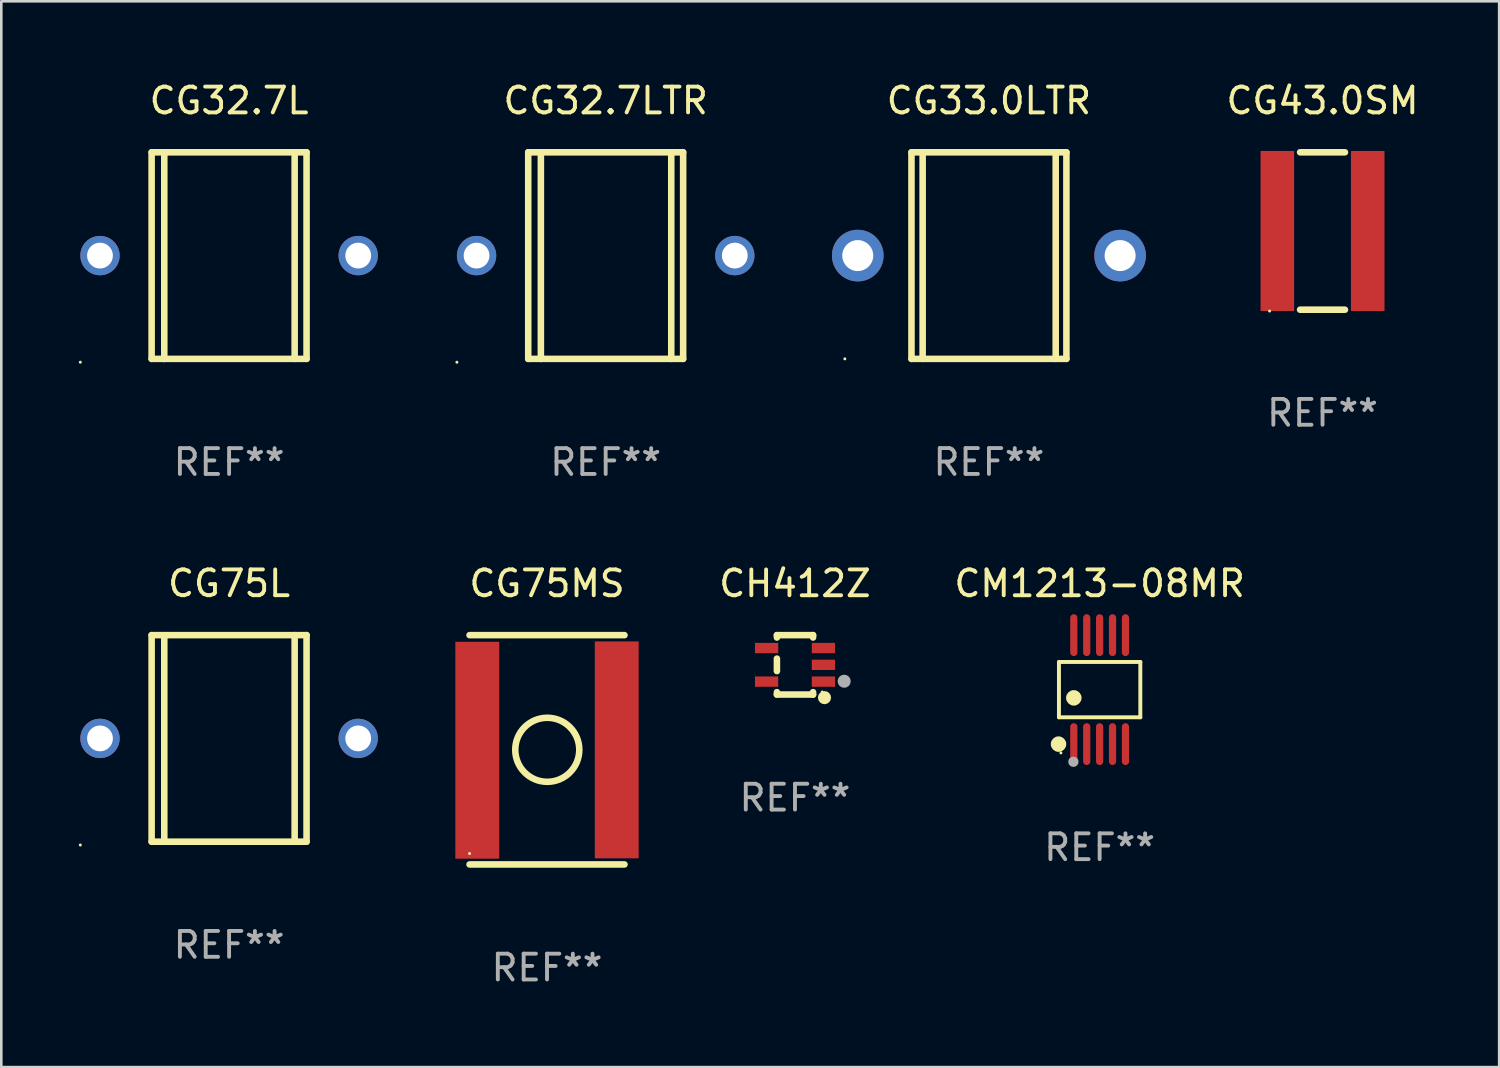
<source format=kicad_pcb>
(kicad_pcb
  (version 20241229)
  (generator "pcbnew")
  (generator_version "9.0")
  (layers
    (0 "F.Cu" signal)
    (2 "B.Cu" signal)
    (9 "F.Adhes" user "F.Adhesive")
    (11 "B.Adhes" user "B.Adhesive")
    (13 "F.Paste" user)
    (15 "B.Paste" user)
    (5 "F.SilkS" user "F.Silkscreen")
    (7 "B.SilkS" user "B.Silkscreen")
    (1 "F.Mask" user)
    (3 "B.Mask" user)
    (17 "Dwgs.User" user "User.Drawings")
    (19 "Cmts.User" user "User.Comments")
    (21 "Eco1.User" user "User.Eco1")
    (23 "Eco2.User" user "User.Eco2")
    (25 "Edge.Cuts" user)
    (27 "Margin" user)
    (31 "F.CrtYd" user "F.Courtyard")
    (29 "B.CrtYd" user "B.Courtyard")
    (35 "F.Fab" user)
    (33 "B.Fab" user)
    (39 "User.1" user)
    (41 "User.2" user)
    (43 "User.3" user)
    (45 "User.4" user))
  (footprint "CG32.7LTR"
    (layer "F.Cu")
    (at 20.406 6.849)
    (property "Reference" "CG32.7LTR" (at 0 -6.001 0) (layer "F.SilkS") (effects (font (size 1 1) (thickness 0.15))))
    (attr through_hole)
    (fp_line (start -3 -4.001) (end -3 3.999) (stroke (width 0.254) (type solid)) (layer "F.SilkS"))
    (fp_line (start -3 -4.001) (end 3 -4.001) (stroke (width 0.254) (type solid)) (layer "F.SilkS"))
    (fp_line (start -2.51 4.001) (end -2.51 -3.999) (stroke (width 0.254) (type solid)) (layer "F.SilkS"))
    (fp_line (start 2.539 3.999) (end 2.539 -4.001) (stroke (width 0.254) (type solid)) (layer "F.SilkS"))
    (fp_line (start 3 3.999) (end -3 3.999) (stroke (width 0.254) (type solid)) (layer "F.SilkS"))
    (fp_line (start 3 3.999) (end 3 -4.001) (stroke (width 0.254) (type solid)) (layer "F.SilkS"))
    (fp_circle (center -5.762 4.128) (end -5.732 4.128) (stroke (width 0.06) (type solid)) (fill no) (layer "F.SilkS"))
    (fp_text user "REF**" (at 0 8.001 0) (layer "F.Fab") (effects (font (size 1 1) (thickness 0.15))))
    (pad "1" thru_hole circle (at -5 -0.001) (size 1.524 1.524) (drill 1) (layers "*.Cu" "*.Mask"))
    (pad "2" thru_hole circle (at 5 -0.001) (size 1.524 1.524) (drill 1) (layers "*.Cu" "*.Mask")))
  (footprint "CG43.0SM"
    (layer "F.Cu")
    (at 48.167 5.896)
    (property "Reference" "CG43.0SM" (at 0 -5.048 0) (layer "F.SilkS") (effects (font (size 1 1) (thickness 0.15))))
    (attr through_hole)
    (fp_line (start -0.869 -3.048) (end 0.869 -3.048) (stroke (width 0.254) (type solid)) (layer "F.SilkS"))
    (fp_line (start -0.869 3.048) (end 0.869 3.048) (stroke (width 0.254) (type solid)) (layer "F.SilkS"))
    (fp_circle (center -2.05 3.1) (end -2.02 3.1) (stroke (width 0.06) (type solid)) (fill no) (layer "F.SilkS"))
    (fp_text user "REF**" (at 0 7.048 0) (layer "F.Fab") (effects (font (size 1 1) (thickness 0.15))))
    (pad "1" smd rect (at -1.75 0) (size 1.3 6.2) (layers "F.Cu" "F.Mask" "F.Paste"))
    (pad "2" smd rect (at 1.75 0) (size 1.3 6.2) (layers "F.Cu" "F.Mask" "F.Paste")))
  (footprint "CG32.7L"
    (layer "F.Cu")
    (at 5.822 6.849)
    (property "Reference" "CG32.7L" (at 0 -6.001 0) (layer "F.SilkS") (effects (font (size 1 1) (thickness 0.15))))
    (attr through_hole)
    (fp_line (start -3 -4.001) (end -3 3.999) (stroke (width 0.254) (type solid)) (layer "F.SilkS"))
    (fp_line (start -3 -4.001) (end 3 -4.001) (stroke (width 0.254) (type solid)) (layer "F.SilkS"))
    (fp_line (start -2.51 4.001) (end -2.51 -3.999) (stroke (width 0.254) (type solid)) (layer "F.SilkS"))
    (fp_line (start 2.539 3.999) (end 2.539 -4.001) (stroke (width 0.254) (type solid)) (layer "F.SilkS"))
    (fp_line (start 3 3.999) (end -3 3.999) (stroke (width 0.254) (type solid)) (layer "F.SilkS"))
    (fp_line (start 3 3.999) (end 3 -4.001) (stroke (width 0.254) (type solid)) (layer "F.SilkS"))
    (fp_circle (center -5.762 4.128) (end -5.732 4.128) (stroke (width 0.06) (type solid)) (fill no) (layer "F.SilkS"))
    (fp_text user "REF**" (at 0 8.001 0) (layer "F.Fab") (effects (font (size 1 1) (thickness 0.15))))
    (pad "1" thru_hole circle (at -5 -0.001) (size 1.524 1.524) (drill 1) (layers "*.Cu" "*.Mask"))
    (pad "2" thru_hole circle (at 5 -0.001) (size 1.524 1.524) (drill 1) (layers "*.Cu" "*.Mask")))
  (footprint "CH412Z"
    (layer "F.Cu")
    (at 27.737 22.697)
    (property "Reference" "CH412Z" (at 0 -3.15 0) (layer "F.SilkS") (effects (font (size 1 1) (thickness 0.15))))
    (attr through_hole)
    (fp_line (start -0.7 -1.15) (end 0.7 -1.15) (stroke (width 0.254) (type solid)) (layer "F.SilkS"))
    (fp_line (start -0.7 -1.058) (end -0.7 -1.15) (stroke (width 0.254) (type solid)) (layer "F.SilkS"))
    (fp_line (start -0.7 0.242) (end -0.7 -0.242) (stroke (width 0.254) (type solid)) (layer "F.SilkS"))
    (fp_line (start -0.7 1.15) (end -0.7 1.058) (stroke (width 0.254) (type solid)) (layer "F.SilkS"))
    (fp_line (start -0.7 1.15) (end 0.7 1.15) (stroke (width 0.254) (type solid)) (layer "F.SilkS"))
    (fp_line (start 0.7 -1.058) (end 0.7 -1.15) (stroke (width 0.254) (type solid)) (layer "F.SilkS"))
    (fp_line (start 0.7 1.15) (end 0.7 1.058) (stroke (width 0.254) (type solid)) (layer "F.SilkS"))
    (fp_circle (center 1.053 1.052) (end 1.083 1.052) (stroke (width 0.06) (type solid)) (fill no) (layer "F.SilkS"))
    (fp_circle (center 1.143 1.27) (end 1.27 1.27) (stroke (width 0.254) (type solid)) (fill no) (layer "F.SilkS"))
    (fp_circle (center 1.905 0.635) (end 2.032 0.635) (stroke (width 0.254) (type solid)) (fill no) (layer "F.Fab"))
    (fp_text user "REF**" (at 0 5.15 0) (layer "F.Fab") (effects (font (size 1 1) (thickness 0.15))))
    (pad "1" smd rect (at 1.1 0.65 90) (size 0.4 0.9) (layers "F.Cu" "F.Mask" "F.Paste"))
    (pad "2" smd rect (at 1.1 0.000076 90) (size 0.4 0.9) (layers "F.Cu" "F.Mask" "F.Paste"))
    (pad "3" smd rect (at 1.1 -0.65 90) (size 0.4 0.9) (layers "F.Cu" "F.Mask" "F.Paste"))
    (pad "4" smd rect (at -1.1 -0.65 90) (size 0.4 0.9) (layers "F.Cu" "F.Mask" "F.Paste"))
    (pad "5" smd rect (at -1.1 0.65 90) (size 0.4 0.9) (layers "F.Cu" "F.Mask" "F.Paste")))
  (footprint "CG33.0LTR"
    (layer "F.Cu")
    (at 35.248 6.848)
    (property "Reference" "CG33.0LTR" (at 0 -6 0) (layer "F.SilkS") (effects (font (size 1 1) (thickness 0.15))))
    (attr through_hole)
    (fp_line (start -3 -4) (end -3 4) (stroke (width 0.254) (type solid)) (layer "F.SilkS"))
    (fp_line (start -3 -4) (end 3 -4) (stroke (width 0.254) (type solid)) (layer "F.SilkS"))
    (fp_line (start -3 4) (end 3 4) (stroke (width 0.254) (type solid)) (layer "F.SilkS"))
    (fp_line (start -2.567 -4) (end -2.567 4) (stroke (width 0.254) (type solid)) (layer "F.SilkS"))
    (fp_line (start 2.586 -4) (end 2.586 4) (stroke (width 0.254) (type solid)) (layer "F.SilkS"))
    (fp_line (start 3 -4) (end 3 4) (stroke (width 0.254) (type solid)) (layer "F.SilkS"))
    (fp_circle (center -5.58 4) (end -5.55 4) (stroke (width 0.06) (type solid)) (fill no) (layer "F.SilkS"))
    (fp_text user "REF**" (at 0 8 0) (layer "F.Fab") (effects (font (size 1 1) (thickness 0.15))))
    (pad "1" thru_hole circle (at -5.08 0) (size 2 2) (drill 1.2) (layers "*.Cu" "*.Mask"))
    (pad "2" thru_hole circle (at 5.08 0) (size 2 2) (drill 1.2) (layers "*.Cu" "*.Mask")))
  (footprint "CM1213-08MR"
    (layer "F.Cu")
    (at 39.535 23.657)
    (property "Reference" "CM1213-08MR" (at 0 -4.11 0) (layer "F.SilkS") (effects (font (size 1 1) (thickness 0.15))))
    (attr through_hole)
    (fp_line (start -1.576 -1.071) (end 1.576 -1.071) (stroke (width 0.152) (type solid)) (layer "F.SilkS"))
    (fp_line (start -1.576 1.071) (end -1.576 -1.071) (stroke (width 0.152) (type solid)) (layer "F.SilkS"))
    (fp_line (start 1.576 -1.071) (end 1.576 1.071) (stroke (width 0.152) (type solid)) (layer "F.SilkS"))
    (fp_line (start 1.576 1.071) (end -1.576 1.071) (stroke (width 0.152) (type solid)) (layer "F.SilkS"))
    (fp_circle (center -1.592 2.11) (end -1.442 2.11) (stroke (width 0.3) (type solid)) (fill no) (layer "F.SilkS"))
    (fp_circle (center -1.5 2.45) (end -1.47 2.45) (stroke (width 0.06) (type solid)) (fill no) (layer "F.SilkS"))
    (fp_circle (center -1 0.319) (end -0.85 0.319) (stroke (width 0.3) (type solid)) (fill no) (layer "F.SilkS"))
    (fp_circle (center -1.016 2.794) (end -0.916 2.794) (stroke (width 0.2) (type solid)) (fill no) (layer "F.Fab"))
    (fp_text user "REF**" (at 0 6.11 0) (layer "F.Fab") (effects (font (size 1 1) (thickness 0.15))))
    (pad "1" smd oval (at -1 2.11) (size 0.28 1.62) (layers "F.Cu" "F.Mask" "F.Paste"))
    (pad "2" smd oval (at -0.5 2.11) (size 0.28 1.62) (layers "F.Cu" "F.Mask" "F.Paste"))
    (pad "3" smd oval (at 0 2.11) (size 0.28 1.62) (layers "F.Cu" "F.Mask" "F.Paste"))
    (pad "4" smd oval (at 0.5 2.11) (size 0.28 1.62) (layers "F.Cu" "F.Mask" "F.Paste"))
    (pad "5" smd oval (at 1 2.11) (size 0.28 1.62) (layers "F.Cu" "F.Mask" "F.Paste"))
    (pad "6" smd oval (at 1 -2.11) (size 0.28 1.62) (layers "F.Cu" "F.Mask" "F.Paste"))
    (pad "7" smd oval (at 0.5 -2.11) (size 0.28 1.62) (layers "F.Cu" "F.Mask" "F.Paste"))
    (pad "8" smd oval (at 0 -2.11) (size 0.28 1.62) (layers "F.Cu" "F.Mask" "F.Paste"))
    (pad "9" smd oval (at -0.5 -2.11) (size 0.28 1.62) (layers "F.Cu" "F.Mask" "F.Paste"))
    (pad "10" smd oval (at -1 -2.11) (size 0.28 1.62) (layers "F.Cu" "F.Mask" "F.Paste")))
  (footprint "CG75L"
    (layer "F.Cu")
    (at 5.822 25.547)
    (property "Reference" "CG75L" (at 0 -6.001 0) (layer "F.SilkS") (effects (font (size 1 1) (thickness 0.15))))
    (attr through_hole)
    (fp_line (start -3 -4.001) (end -3 3.999) (stroke (width 0.254) (type solid)) (layer "F.SilkS"))
    (fp_line (start -3 -4.001) (end 3 -4.001) (stroke (width 0.254) (type solid)) (layer "F.SilkS"))
    (fp_line (start -2.51 4.001) (end -2.51 -3.999) (stroke (width 0.254) (type solid)) (layer "F.SilkS"))
    (fp_line (start 2.539 3.999) (end 2.539 -4.001) (stroke (width 0.254) (type solid)) (layer "F.SilkS"))
    (fp_line (start 3 3.999) (end -3 3.999) (stroke (width 0.254) (type solid)) (layer "F.SilkS"))
    (fp_line (start 3 3.999) (end 3 -4.001) (stroke (width 0.254) (type solid)) (layer "F.SilkS"))
    (fp_circle (center -5.762 4.128) (end -5.732 4.128) (stroke (width 0.06) (type solid)) (fill no) (layer "F.SilkS"))
    (fp_text user "REF**" (at 0 8.001 0) (layer "F.Fab") (effects (font (size 1 1) (thickness 0.15))))
    (pad "1" thru_hole circle (at -5 -0.001) (size 1.524 1.524) (drill 1) (layers "*.Cu" "*.Mask"))
    (pad "2" thru_hole circle (at 5 -0.001) (size 1.524 1.524) (drill 1) (layers "*.Cu" "*.Mask")))
  (footprint "CG75MS"
    (layer "F.Cu")
    (at 18.134 25.987)
    (property "Reference" "CG75MS" (at 0 -6.44 0) (layer "F.SilkS") (effects (font (size 1 1) (thickness 0.15))))
    (attr through_hole)
    (fp_line (start -3 -4.44) (end 3 -4.44) (stroke (width 0.254) (type solid)) (layer "F.SilkS"))
    (fp_line (start 3 4.44) (end -3 4.44) (stroke (width 0.254) (type solid)) (layer "F.SilkS"))
    (fp_circle (center -3 4.017) (end -2.97 4.017) (stroke (width 0.06) (type solid)) (fill no) (layer "F.SilkS"))
    (fp_circle (center 0.01 0.000102) (end 1.25 0.000102) (stroke (width 0.254) (type solid)) (fill no) (layer "F.SilkS"))
    (fp_text user "REF**" (at 0 8.44 0) (layer "F.Fab") (effects (font (size 1 1) (thickness 0.15))))
    (pad "1" smd rect (at -2.7 0.017) (size 1.7 8.4) (layers "F.Cu" "F.Mask" "F.Paste"))
    (pad "2" smd rect (at 2.7 0.003) (size 1.7 8.4) (layers "F.Cu" "F.Mask" "F.Paste")))
  (gr_rect
    (start -3 -3)
    (end 55.007 38.275)
    (stroke (width 0.1) (type default))
    (fill no)
    (layer "Edge.Cuts")))
</source>
